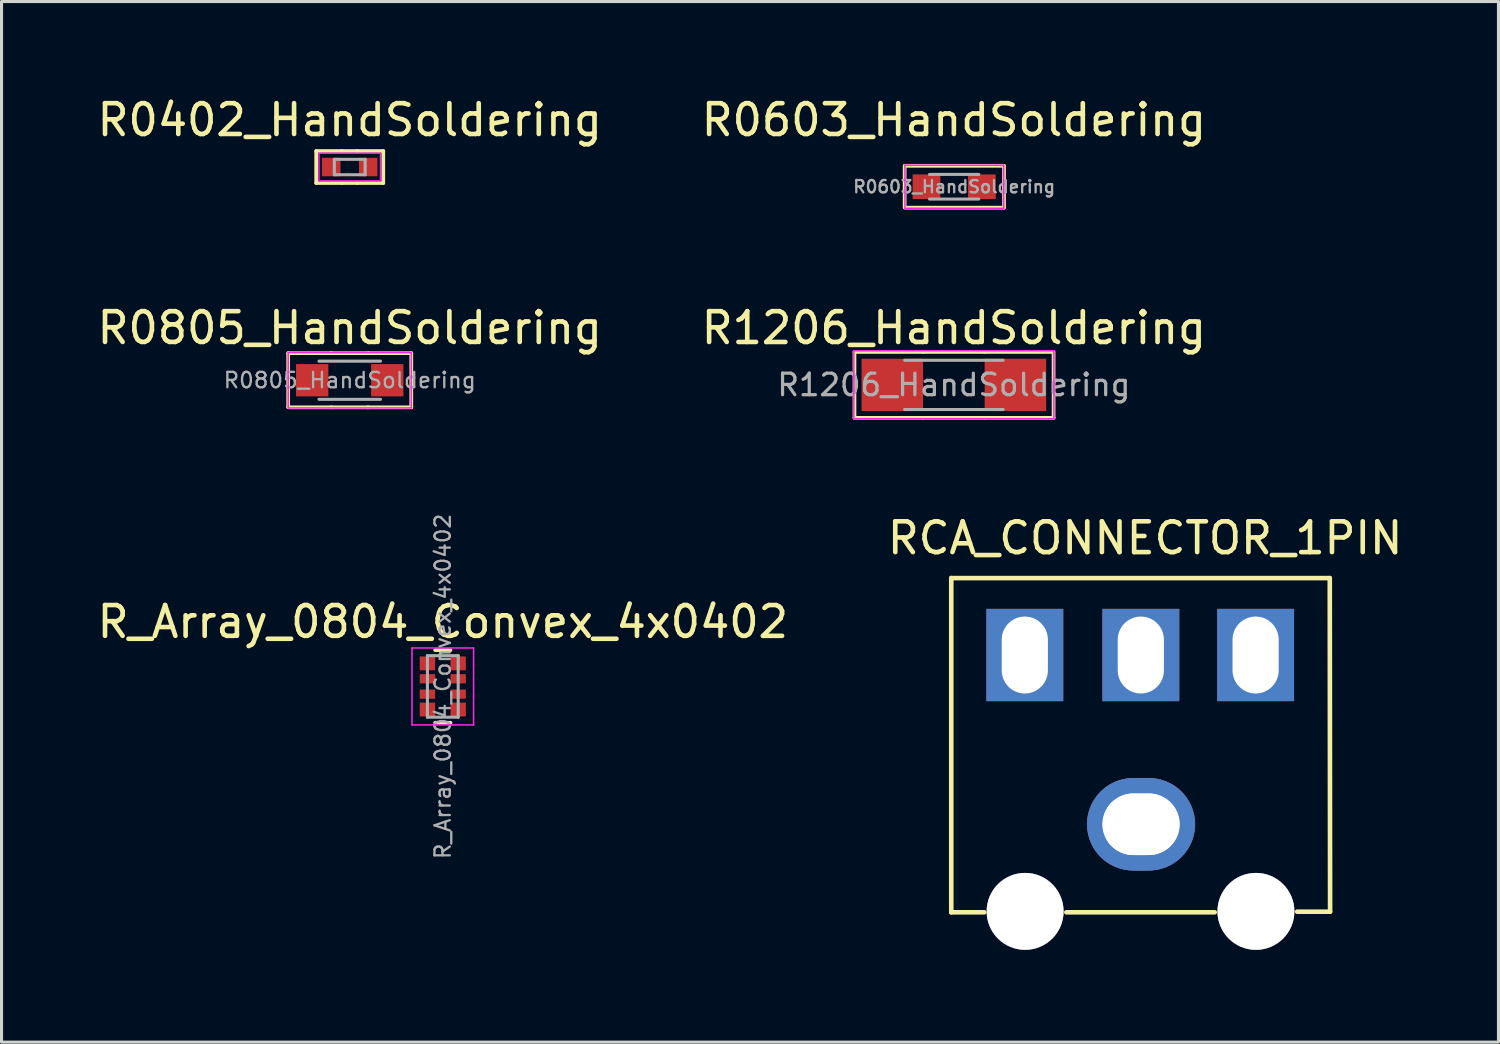
<source format=kicad_pcb>
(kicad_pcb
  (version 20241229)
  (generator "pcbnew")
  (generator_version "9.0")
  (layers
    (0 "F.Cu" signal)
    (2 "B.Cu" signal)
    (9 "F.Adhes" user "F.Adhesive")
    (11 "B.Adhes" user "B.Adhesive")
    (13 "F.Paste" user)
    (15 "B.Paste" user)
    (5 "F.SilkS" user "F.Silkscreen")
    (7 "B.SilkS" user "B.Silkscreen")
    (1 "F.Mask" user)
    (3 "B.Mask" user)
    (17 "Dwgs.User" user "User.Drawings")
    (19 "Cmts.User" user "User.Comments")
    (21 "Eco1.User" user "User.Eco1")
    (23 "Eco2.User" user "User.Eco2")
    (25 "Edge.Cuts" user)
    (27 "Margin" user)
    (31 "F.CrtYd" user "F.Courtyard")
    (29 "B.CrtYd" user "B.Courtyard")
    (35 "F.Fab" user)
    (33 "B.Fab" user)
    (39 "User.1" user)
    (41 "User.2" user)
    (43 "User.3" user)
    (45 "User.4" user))
  (footprint "R_Array_0804_Convex_4x0402"
    (layer "F.Cu")
    (at 11.339 19.256)
    (property "Reference" "R_Array_0804_Convex_4x0402" (at 0 -2.1 0) (layer "F.SilkS") (effects (font (size 1 1) (thickness 0.15))))
    (attr smd)
    (fp_line (start 0.25 -1.18) (end -0.25 -1.18) (stroke (width 0.12) (type solid)) (layer "F.SilkS"))
    (fp_line (start 0.25 1.18) (end -0.25 1.18) (stroke (width 0.12) (type solid)) (layer "F.SilkS"))
    (fp_line (start -1 -1.25) (end -1 1.25) (stroke (width 0.05) (type solid)) (layer "F.CrtYd"))
    (fp_line (start -1 -1.25) (end 1 -1.25) (stroke (width 0.05) (type solid)) (layer "F.CrtYd"))
    (fp_line (start 1 1.25) (end -1 1.25) (stroke (width 0.05) (type solid)) (layer "F.CrtYd"))
    (fp_line (start 1 1.25) (end 1 -1.25) (stroke (width 0.05) (type solid)) (layer "F.CrtYd"))
    (fp_line (start -0.5 -1) (end 0.5 -1) (stroke (width 0.1) (type solid)) (layer "F.Fab"))
    (fp_line (start -0.5 1) (end -0.5 -1) (stroke (width 0.1) (type solid)) (layer "F.Fab"))
    (fp_line (start 0.5 -1) (end 0.5 1) (stroke (width 0.1) (type solid)) (layer "F.Fab"))
    (fp_line (start 0.5 1) (end -0.5 1) (stroke (width 0.1) (type solid)) (layer "F.Fab"))
    (fp_text user "${REFERENCE}" (at 0 0 90) (layer "F.Fab") (effects (font (size 0.5 0.5) (thickness 0.075))))
    (pad "1" smd rect (at -0.5 -0.75) (size 0.5 0.45) (layers "F.Cu" "F.Mask" "F.Paste"))
    (pad "2" smd rect (at -0.5 -0.25) (size 0.5 0.3) (layers "F.Cu" "F.Mask" "F.Paste"))
    (pad "3" smd rect (at -0.5 0.25) (size 0.5 0.3) (layers "F.Cu" "F.Mask" "F.Paste"))
    (pad "4" smd rect (at -0.5 0.75) (size 0.5 0.45) (layers "F.Cu" "F.Mask" "F.Paste"))
    (pad "5" smd rect (at 0.5 0.75) (size 0.5 0.45) (layers "F.Cu" "F.Mask" "F.Paste"))
    (pad "6" smd rect (at 0.5 0.25) (size 0.5 0.3) (layers "F.Cu" "F.Mask" "F.Paste"))
    (pad "7" smd rect (at 0.5 -0.25) (size 0.5 0.3) (layers "F.Cu" "F.Mask" "F.Paste"))
    (pad "8" smd rect (at 0.5 -0.75) (size 0.5 0.45) (layers "F.Cu" "F.Mask" "F.Paste")))
  (footprint "RCA_CONNECTOR_1PIN"
    (layer "F.Cu")
    (at 34.161 21.135)
    (property "Reference" "RCA_CONNECTOR_1PIN" (at 0 -6.7 0) (layer "F.SilkS") (effects (font (size 1 1) (thickness 0.15))))
    (attr through_hole)
    (fp_line (start -6.3 -5.4) (end 6 -5.4) (stroke (width 0.15) (type solid)) (layer "F.SilkS"))
    (fp_line (start -6.3 5.46) (end -6.3 -5.4) (stroke (width 0.15) (type solid)) (layer "F.SilkS"))
    (fp_line (start -6.3 5.46) (end -5.23 5.46) (stroke (width 0.15) (type solid)) (layer "F.SilkS"))
    (fp_line (start 2.26 5.46) (end -2.56 5.46) (stroke (width 0.15) (type solid)) (layer "F.SilkS"))
    (fp_line (start 4.94 5.44) (end 6.01 5.44) (stroke (width 0.15) (type solid)) (layer "F.SilkS"))
    (fp_line (start 6 -5.4) (end 6.01 5.44) (stroke (width 0.15) (type solid)) (layer "F.SilkS"))
    (pad "" thru_hole circle (at -3.9 5.43) (size 2.5 2.5) (drill 2.5) (layers "*.Cu" "*.Mask"))
    (pad "" thru_hole circle (at 3.6 5.43) (size 2.5 2.5) (drill 2.5) (layers "*.Cu" "*.Mask"))
    (pad "1" thru_hole rect (at -3.91 -2.9) (size 2.5 3) (drill oval 1.5 2.5) (layers "*.Cu" "*.Mask"))
    (pad "1" thru_hole rect (at -0.14 -2.9) (size 2.5 3) (drill oval 1.5 2.5) (layers "*.Cu" "*.Mask"))
    (pad "1" thru_hole rect (at 3.59 -2.9) (size 2.5 3) (drill oval 1.5 2.5) (layers "*.Cu" "*.Mask"))
    (pad "2" thru_hole oval (at -0.14 2.6 90) (size 3 3.5) (drill oval 2 2.5) (layers "*.Cu" "*.Mask"))
    (pad "2" thru_hole oval (at -0.125 2.6 90) (size 3 3.5) (drill oval 2 2.5) (layers "*.Cu" "*.Mask")))
  (footprint "R0805_HandSoldering"
    (layer "F.Cu")
    (at 8.315 9.306)
    (property "Reference" "R0805_HandSoldering" (at 0 -1.7 0) (layer "F.SilkS") (effects (font (size 1 1) (thickness 0.15))))
    (attr smd)
    (fp_line (start -2 -0.88) (end -2 0.87) (stroke (width 0.12) (type solid)) (layer "F.SilkS"))
    (fp_line (start -0.6 -0.88) (end -2 -0.88) (stroke (width 0.12) (type solid)) (layer "F.SilkS"))
    (fp_line (start -0.6 -0.88) (end 0.6 -0.88) (stroke (width 0.12) (type solid)) (layer "F.SilkS"))
    (fp_line (start -0.58 0.88) (end -2 0.88) (stroke (width 0.12) (type solid)) (layer "F.SilkS"))
    (fp_line (start 0.6 0.88) (end -0.6 0.88) (stroke (width 0.12) (type solid)) (layer "F.SilkS"))
    (fp_line (start 0.61 -0.88) (end 2 -0.88) (stroke (width 0.12) (type solid)) (layer "F.SilkS"))
    (fp_line (start 2 -0.88) (end 2 0.88) (stroke (width 0.12) (type solid)) (layer "F.SilkS"))
    (fp_line (start 2 0.88) (end 0.58 0.88) (stroke (width 0.12) (type solid)) (layer "F.SilkS"))
    (fp_line (start -2 -0.9) (end -2 0.9) (stroke (width 0.05) (type solid)) (layer "F.CrtYd"))
    (fp_line (start -2 -0.9) (end 2 -0.9) (stroke (width 0.05) (type solid)) (layer "F.CrtYd"))
    (fp_line (start 2 0.9) (end -2 0.9) (stroke (width 0.05) (type solid)) (layer "F.CrtYd"))
    (fp_line (start 2 0.9) (end 2 -0.9) (stroke (width 0.05) (type solid)) (layer "F.CrtYd"))
    (fp_line (start -1 -0.62) (end 1 -0.62) (stroke (width 0.1) (type solid)) (layer "F.Fab"))
    (fp_line (start 1 0.62) (end -1 0.62) (stroke (width 0.1) (type solid)) (layer "F.Fab"))
    (fp_text user "${REFERENCE}" (at 0 0 0) (layer "F.Fab") (effects (font (size 0.5 0.5) (thickness 0.075))))
    (pad "1" smd rect (at -1.22 0) (size 1.05 1.05) (layers "F.Cu" "F.Mask" "F.Paste"))
    (pad "2" smd rect (at 1.22 0) (size 1.05 1.05) (layers "F.Cu" "F.Mask" "F.Paste")))
  (footprint "R1206_HandSoldering"
    (layer "F.Cu")
    (at 27.946 9.457)
    (property "Reference" "R1206_HandSoldering" (at 0 -1.85 0) (layer "F.SilkS") (effects (font (size 1 1) (thickness 0.15))))
    (attr smd)
    (fp_line (start -3.23 1.07) (end -3.23 -1.07) (stroke (width 0.12) (type solid)) (layer "F.SilkS"))
    (fp_line (start -1 -1.07) (end -3.23 -1.07) (stroke (width 0.12) (type solid)) (layer "F.SilkS"))
    (fp_line (start -1 -1.07) (end 1 -1.07) (stroke (width 0.12) (type solid)) (layer "F.SilkS"))
    (fp_line (start -1 1.07) (end -3.23 1.07) (stroke (width 0.12) (type solid)) (layer "F.SilkS"))
    (fp_line (start 1 -1.07) (end 3.23 -1.07) (stroke (width 0.12) (type solid)) (layer "F.SilkS"))
    (fp_line (start 1 1.07) (end -1 1.07) (stroke (width 0.12) (type solid)) (layer "F.SilkS"))
    (fp_line (start 1.01 1.07) (end 3.24 1.07) (stroke (width 0.12) (type solid)) (layer "F.SilkS"))
    (fp_line (start 3.24 1.07) (end 3.24 -1.07) (stroke (width 0.12) (type solid)) (layer "F.SilkS"))
    (fp_line (start -3.25 -1.11) (end -3.25 1.1) (stroke (width 0.05) (type solid)) (layer "F.CrtYd"))
    (fp_line (start -3.25 -1.11) (end 3.25 -1.11) (stroke (width 0.05) (type solid)) (layer "F.CrtYd"))
    (fp_line (start 3.25 1.1) (end -3.25 1.1) (stroke (width 0.05) (type solid)) (layer "F.CrtYd"))
    (fp_line (start 3.25 1.1) (end 3.25 -1.11) (stroke (width 0.05) (type solid)) (layer "F.CrtYd"))
    (fp_line (start -1.6 -0.8) (end 1.6 -0.8) (stroke (width 0.1) (type solid)) (layer "F.Fab"))
    (fp_line (start 1.6 0.8) (end -1.6 0.8) (stroke (width 0.1) (type solid)) (layer "F.Fab"))
    (fp_text user "${REFERENCE}" (at 0 0 0) (layer "F.Fab") (effects (font (size 0.7 0.7) (thickness 0.105))))
    (pad "1" smd rect (at -2 0) (size 2 1.7) (layers "F.Cu" "F.Mask" "F.Paste"))
    (pad "2" smd rect (at 2 0) (size 2 1.7) (layers "F.Cu" "F.Mask" "F.Paste")))
  (footprint "R0603_HandSoldering"
    (layer "F.Cu")
    (at 27.956 3.018)
    (property "Reference" "R0603_HandSoldering" (at -0.01 -2.17 0) (layer "F.SilkS") (effects (font (size 1 1) (thickness 0.15))))
    (attr smd)
    (fp_line (start -1.61 -0.68) (end -1.61 0.67) (stroke (width 0.12) (type solid)) (layer "F.SilkS"))
    (fp_line (start -1.6 -0.68) (end 1.61 -0.68) (stroke (width 0.12) (type solid)) (layer "F.SilkS"))
    (fp_line (start 1.61 0.68) (end -1.6 0.68) (stroke (width 0.12) (type solid)) (layer "F.SilkS"))
    (fp_line (start 1.62 -0.68) (end 1.62 0.68) (stroke (width 0.12) (type solid)) (layer "F.SilkS"))
    (fp_line (start -1.6 -0.7) (end -1.6 0.7) (stroke (width 0.05) (type solid)) (layer "F.CrtYd"))
    (fp_line (start -1.6 -0.7) (end 1.61 -0.7) (stroke (width 0.05) (type solid)) (layer "F.CrtYd"))
    (fp_line (start 1.61 0.7) (end -1.6 0.7) (stroke (width 0.05) (type solid)) (layer "F.CrtYd"))
    (fp_line (start 1.61 0.7) (end 1.61 -0.7) (stroke (width 0.05) (type solid)) (layer "F.CrtYd"))
    (fp_line (start -0.8 -0.4) (end 0.8 -0.4) (stroke (width 0.1) (type solid)) (layer "F.Fab"))
    (fp_line (start 0.8 0.4) (end -0.8 0.4) (stroke (width 0.1) (type solid)) (layer "F.Fab"))
    (fp_text user "${REFERENCE}" (at 0 0 0) (layer "F.Fab") (effects (font (size 0.4 0.4) (thickness 0.075))))
    (pad "1" smd rect (at -0.9 0) (size 0.9 0.8) (layers "F.Cu" "F.Mask" "F.Paste"))
    (pad "2" smd rect (at 0.9 0) (size 0.9 0.8) (layers "F.Cu" "F.Mask" "F.Paste")))
  (footprint "R0402_HandSoldering"
    (layer "F.Cu")
    (at 8.315 2.378)
    (property "Reference" "R0402_HandSoldering" (at 0 -1.53 0) (layer "F.SilkS") (effects (font (size 1 1) (thickness 0.15))))
    (attr smd)
    (fp_line (start -1.09 -0.52) (end -1.09 0.52) (stroke (width 0.12) (type solid)) (layer "F.SilkS"))
    (fp_line (start -0.26 -0.52) (end -1.09 -0.52) (stroke (width 0.12) (type solid)) (layer "F.SilkS"))
    (fp_line (start -0.25 0.52) (end -1.09 0.52) (stroke (width 0.12) (type solid)) (layer "F.SilkS"))
    (fp_line (start -0.25 0.52) (end 0.25 0.52) (stroke (width 0.12) (type solid)) (layer "F.SilkS"))
    (fp_line (start 0.24 -0.52) (end -0.26 -0.52) (stroke (width 0.12) (type solid)) (layer "F.SilkS"))
    (fp_line (start 1.09 -0.52) (end 0.24 -0.52) (stroke (width 0.12) (type solid)) (layer "F.SilkS"))
    (fp_line (start 1.09 0.52) (end 0.25 0.52) (stroke (width 0.12) (type solid)) (layer "F.SilkS"))
    (fp_line (start 1.09 0.52) (end 1.09 -0.52) (stroke (width 0.12) (type solid)) (layer "F.SilkS"))
    (fp_line (start -1 -0.45) (end -1 0.45) (stroke (width 0.05) (type solid)) (layer "F.CrtYd"))
    (fp_line (start -1 -0.45) (end 1 -0.45) (stroke (width 0.05) (type solid)) (layer "F.CrtYd"))
    (fp_line (start -1 0.45) (end 1 0.45) (stroke (width 0.05) (type solid)) (layer "F.CrtYd"))
    (fp_line (start 1 0.45) (end 1 -0.45) (stroke (width 0.05) (type solid)) (layer "F.CrtYd"))
    (fp_line (start -0.5 -0.25) (end 0.5 -0.25) (stroke (width 0.1) (type solid)) (layer "F.Fab"))
    (fp_line (start -0.5 0.25) (end -0.5 -0.25) (stroke (width 0.1) (type solid)) (layer "F.Fab"))
    (fp_line (start 0.5 -0.25) (end 0.5 0.25) (stroke (width 0.1) (type solid)) (layer "F.Fab"))
    (fp_line (start 0.5 0.25) (end -0.5 0.25) (stroke (width 0.1) (type solid)) (layer "F.Fab"))
    (pad "1" smd rect (at -0.6 0) (size 0.6 0.6) (layers "F.Cu" "F.Mask" "F.Paste"))
    (pad "2" smd rect (at 0.6 0) (size 0.6 0.6) (layers "F.Cu" "F.Mask" "F.Paste")))
  (gr_rect
    (start -3 -3)
    (end 45.643 30.815)
    (stroke (width 0.1) (type default))
    (fill no)
    (layer "Edge.Cuts")))
</source>
